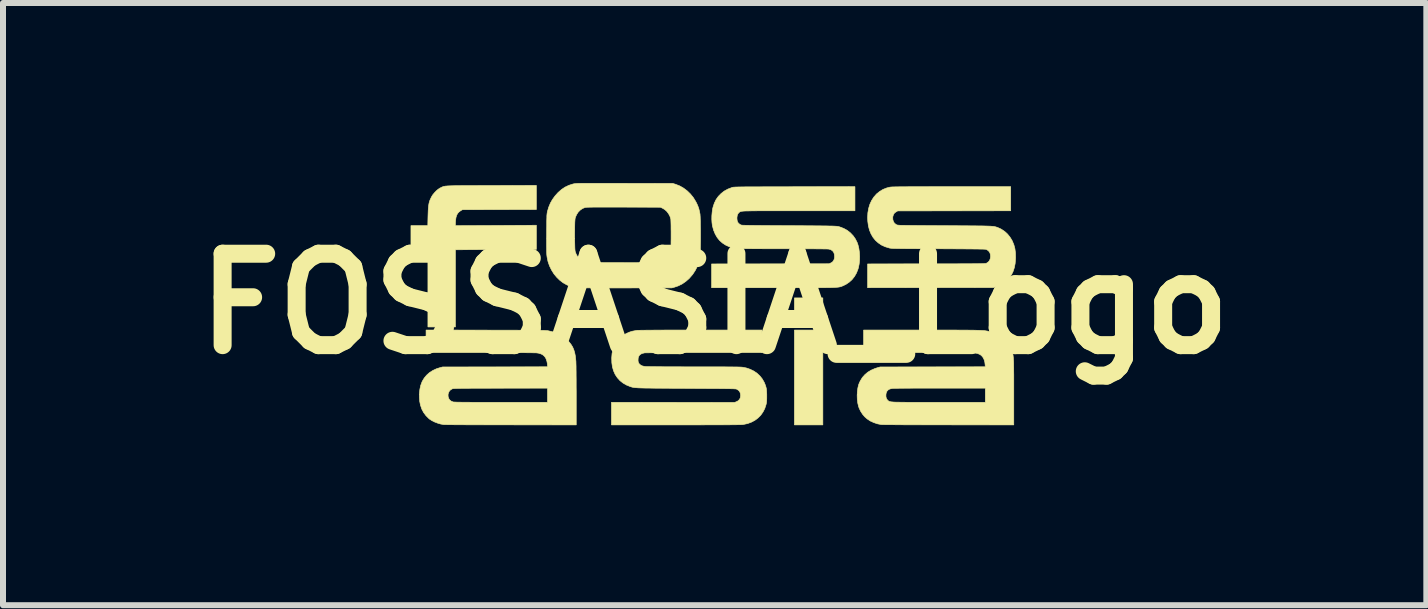
<source format=kicad_pcb>
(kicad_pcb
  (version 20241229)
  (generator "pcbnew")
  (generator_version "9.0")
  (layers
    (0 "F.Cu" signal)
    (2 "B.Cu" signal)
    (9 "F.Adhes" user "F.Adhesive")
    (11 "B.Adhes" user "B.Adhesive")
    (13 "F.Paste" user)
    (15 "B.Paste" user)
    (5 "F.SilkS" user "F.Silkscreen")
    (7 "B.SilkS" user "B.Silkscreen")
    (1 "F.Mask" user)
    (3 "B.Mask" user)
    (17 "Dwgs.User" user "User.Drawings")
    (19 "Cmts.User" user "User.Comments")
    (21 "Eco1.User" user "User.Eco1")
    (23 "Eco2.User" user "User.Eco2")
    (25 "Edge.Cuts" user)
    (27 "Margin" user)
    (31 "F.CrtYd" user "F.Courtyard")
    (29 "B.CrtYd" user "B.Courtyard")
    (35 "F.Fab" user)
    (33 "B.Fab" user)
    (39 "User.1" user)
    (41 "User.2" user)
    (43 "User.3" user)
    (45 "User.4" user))
  (footprint "FOSSASIA_Logo"
    (layer "F.Cu")
    (at 8.861 2.013)
    (property "Reference" "FOSSASIA_Logo" (at 0 0 0) (layer "F.SilkS") (effects (font (size 1.524 1.524) (thickness 0.3))))
    (attr through_hole)
    (fp_poly (pts (xy 1.803 0.283) (xy 1.329 0.283) (xy 1.329 -0.098) (xy 1.803 -0.098) (xy 1.803 0.283)) (stroke (width 0.01) (type solid)) (fill yes) (layer "F.SilkS"))
    (fp_poly (pts (xy 1.803 2.019) (xy 1.329 2.019) (xy 1.329 0.438) (xy 1.803 0.438) (xy 1.803 2.019)) (stroke (width 0.01) (type solid)) (fill yes) (layer "F.SilkS"))
    (fp_poly (pts (xy -2.972 -1.571) (xy -3.588 -1.57) (xy -4.205 -1.568) (xy -4.235 -1.55) (xy -4.263 -1.529) (xy -4.285 -1.504) (xy -4.301 -1.473) (xy -4.312 -1.435) (xy -4.318 -1.389) (xy -4.32 -1.365) (xy -4.322 -1.302) (xy -3.647 -1.305) (xy -2.972 -1.309) (xy -2.972 -0.906) (xy -3.197 -0.906) (xy -3.239 -0.906) (xy -3.289 -0.906) (xy -3.347 -0.906) (xy -3.411 -0.906) (xy -3.481 -0.905) (xy -3.554 -0.905) (xy -3.629 -0.905) (xy -3.705 -0.904) (xy -3.781 -0.904) (xy -3.856 -0.903) (xy -3.872 -0.903) (xy -4.321 -0.9) (xy -4.321 0.386) (xy -4.779 0.386) (xy -4.779 -0.901) (xy -5.062 -0.901) (xy -5.062 -1.303) (xy -4.781 -1.303) (xy -4.778 -1.448) (xy -4.776 -1.507) (xy -4.774 -1.557) (xy -4.771 -1.6) (xy -4.767 -1.637) (xy -4.762 -1.669) (xy -4.755 -1.697) (xy -4.746 -1.725) (xy -4.734 -1.751) (xy -4.721 -1.779) (xy -4.721 -1.779) (xy -4.7 -1.814) (xy -4.672 -1.848) (xy -4.641 -1.881) (xy -4.608 -1.909) (xy -4.576 -1.93) (xy -4.568 -1.933) (xy -4.558 -1.938) (xy -4.549 -1.943) (xy -4.541 -1.947) (xy -4.532 -1.95) (xy -4.524 -1.953) (xy -4.514 -1.956) (xy -4.502 -1.958) (xy -4.489 -1.961) (xy -4.472 -1.962) (xy -4.453 -1.964) (xy -4.43 -1.965) (xy -4.403 -1.966) (xy -4.371 -1.967) (xy -4.334 -1.968) (xy -4.291 -1.969) (xy -4.242 -1.969) (xy -4.186 -1.97) (xy -4.123 -1.97) (xy -4.052 -1.97) (xy -3.972 -1.97) (xy -3.884 -1.971) (xy -3.786 -1.971) (xy -3.714 -1.971) (xy -2.972 -1.973) (xy -2.972 -1.571)) (stroke (width 0.01) (type solid)) (fill yes) (layer "F.SilkS"))
    (fp_poly (pts (xy -3.815 0.439) (xy -3.694 0.44) (xy -3.584 0.44) (xy -3.482 0.44) (xy -3.39 0.44) (xy -3.306 0.44) (xy -3.231 0.441) (xy -3.163 0.441) (xy -3.102 0.441) (xy -3.049 0.442) (xy -3.001 0.442) (xy -2.96 0.442) (xy -2.924 0.443) (xy -2.893 0.443) (xy -2.867 0.444) (xy -2.845 0.444) (xy -2.827 0.445) (xy -2.812 0.446) (xy -2.8 0.447) (xy -2.791 0.447) (xy -2.783 0.448) (xy -2.778 0.449) (xy -2.709 0.465) (xy -2.648 0.484) (xy -2.593 0.507) (xy -2.544 0.535) (xy -2.498 0.569) (xy -2.461 0.601) (xy -2.423 0.64) (xy -2.392 0.68) (xy -2.367 0.721) (xy -2.348 0.765) (xy -2.333 0.815) (xy -2.322 0.87) (xy -2.315 0.934) (xy -2.312 0.966) (xy -2.312 0.983) (xy -2.311 1.01) (xy -2.31 1.045) (xy -2.31 1.088) (xy -2.309 1.137) (xy -2.309 1.193) (xy -2.308 1.254) (xy -2.308 1.318) (xy -2.308 1.386) (xy -2.307 1.457) (xy -2.307 1.529) (xy -2.307 1.533) (xy -2.307 2.019) (xy -3.395 2.018) (xy -3.501 2.018) (xy -3.604 2.018) (xy -3.704 2.018) (xy -3.801 2.018) (xy -3.893 2.017) (xy -3.981 2.017) (xy -4.065 2.017) (xy -4.142 2.017) (xy -4.214 2.016) (xy -4.28 2.016) (xy -4.338 2.016) (xy -4.389 2.015) (xy -4.432 2.015) (xy -4.467 2.014) (xy -4.493 2.014) (xy -4.509 2.014) (xy -4.516 2.013) (xy -4.567 2.004) (xy -4.618 1.989) (xy -4.668 1.97) (xy -4.713 1.947) (xy -4.752 1.922) (xy -4.764 1.912) (xy -4.811 1.865) (xy -4.851 1.812) (xy -4.881 1.755) (xy -4.902 1.693) (xy -4.903 1.692) (xy -4.916 1.626) (xy -4.921 1.558) (xy -4.921 1.516) (xy -4.444 1.516) (xy -4.442 1.548) (xy -4.432 1.579) (xy -4.416 1.603) (xy -4.394 1.621) (xy -4.364 1.634) (xy -4.357 1.636) (xy -4.352 1.637) (xy -4.341 1.638) (xy -4.326 1.638) (xy -4.305 1.639) (xy -4.279 1.64) (xy -4.246 1.64) (xy -4.207 1.641) (xy -4.161 1.641) (xy -4.107 1.641) (xy -4.046 1.642) (xy -3.977 1.642) (xy -3.899 1.642) (xy -3.812 1.642) (xy -3.716 1.642) (xy -3.61 1.642) (xy -3.56 1.643) (xy -2.786 1.643) (xy -2.786 1.406) (xy -3.568 1.407) (xy -3.673 1.407) (xy -3.768 1.408) (xy -3.854 1.408) (xy -3.931 1.408) (xy -4 1.408) (xy -4.061 1.408) (xy -4.115 1.409) (xy -4.161 1.409) (xy -4.202 1.409) (xy -4.237 1.41) (xy -4.266 1.41) (xy -4.291 1.411) (xy -4.311 1.411) (xy -4.327 1.412) (xy -4.34 1.413) (xy -4.35 1.413) (xy -4.358 1.414) (xy -4.364 1.415) (xy -4.369 1.416) (xy -4.373 1.418) (xy -4.373 1.418) (xy -4.402 1.434) (xy -4.423 1.457) (xy -4.437 1.485) (xy -4.444 1.516) (xy -4.921 1.516) (xy -4.921 1.49) (xy -4.913 1.423) (xy -4.899 1.36) (xy -4.878 1.303) (xy -4.872 1.29) (xy -4.84 1.237) (xy -4.8 1.189) (xy -4.753 1.147) (xy -4.698 1.112) (xy -4.636 1.083) (xy -4.586 1.067) (xy -4.535 1.053) (xy -3.66 1.052) (xy -2.786 1.05) (xy -2.786 1.031) (xy -2.789 0.994) (xy -2.797 0.955) (xy -2.809 0.921) (xy -2.812 0.913) (xy -2.832 0.881) (xy -2.858 0.856) (xy -2.891 0.837) (xy -2.931 0.824) (xy -2.964 0.819) (xy -2.976 0.818) (xy -2.998 0.818) (xy -3.03 0.817) (xy -3.072 0.816) (xy -3.124 0.816) (xy -3.185 0.815) (xy -3.256 0.815) (xy -3.337 0.815) (xy -3.426 0.814) (xy -3.525 0.814) (xy -3.633 0.814) (xy -3.75 0.814) (xy -3.875 0.814) (xy -3.91 0.814) (xy -4.81 0.814) (xy -4.81 0.437) (xy -3.815 0.439)) (stroke (width 0.01) (type solid)) (fill yes) (layer "F.SilkS"))
    (fp_poly (pts (xy 3.439 0.438) (xy 3.56 0.438) (xy 3.672 0.438) (xy 3.774 0.438) (xy 3.867 0.438) (xy 3.952 0.438) (xy 4.029 0.438) (xy 4.098 0.439) (xy 4.16 0.439) (xy 4.215 0.439) (xy 4.265 0.44) (xy 4.308 0.44) (xy 4.347 0.441) (xy 4.38 0.442) (xy 4.41 0.443) (xy 4.435 0.444) (xy 4.457 0.445) (xy 4.476 0.446) (xy 4.493 0.447) (xy 4.507 0.449) (xy 4.52 0.451) (xy 4.532 0.453) (xy 4.544 0.455) (xy 4.552 0.456) (xy 4.624 0.475) (xy 4.691 0.502) (xy 4.753 0.536) (xy 4.808 0.576) (xy 4.857 0.622) (xy 4.899 0.673) (xy 4.932 0.729) (xy 4.957 0.789) (xy 4.964 0.816) (xy 4.968 0.83) (xy 4.971 0.844) (xy 4.973 0.858) (xy 4.975 0.874) (xy 4.977 0.891) (xy 4.979 0.911) (xy 4.98 0.935) (xy 4.982 0.962) (xy 4.983 0.994) (xy 4.983 1.031) (xy 4.984 1.074) (xy 4.984 1.123) (xy 4.985 1.179) (xy 4.985 1.243) (xy 4.985 1.315) (xy 4.985 1.397) (xy 4.985 1.488) (xy 4.985 2.019) (xy 3.9 2.018) (xy 3.794 2.018) (xy 3.691 2.018) (xy 3.591 2.018) (xy 3.495 2.018) (xy 3.402 2.017) (xy 3.314 2.017) (xy 3.23 2.017) (xy 3.152 2.017) (xy 3.08 2.016) (xy 3.015 2.016) (xy 2.956 2.015) (xy 2.905 2.015) (xy 2.862 2.015) (xy 2.827 2.014) (xy 2.801 2.014) (xy 2.785 2.013) (xy 2.778 2.013) (xy 2.715 2.001) (xy 2.652 1.98) (xy 2.593 1.953) (xy 2.542 1.919) (xy 2.502 1.884) (xy 2.465 1.841) (xy 2.434 1.793) (xy 2.409 1.742) (xy 2.398 1.71) (xy 2.385 1.655) (xy 2.377 1.593) (xy 2.375 1.529) (xy 2.376 1.516) (xy 2.854 1.516) (xy 2.855 1.552) (xy 2.864 1.582) (xy 2.881 1.605) (xy 2.89 1.614) (xy 2.895 1.617) (xy 2.899 1.621) (xy 2.904 1.624) (xy 2.909 1.627) (xy 2.916 1.629) (xy 2.924 1.631) (xy 2.934 1.633) (xy 2.946 1.635) (xy 2.962 1.636) (xy 2.982 1.638) (xy 3.005 1.639) (xy 3.033 1.64) (xy 3.066 1.64) (xy 3.105 1.641) (xy 3.15 1.641) (xy 3.201 1.642) (xy 3.259 1.642) (xy 3.325 1.642) (xy 3.399 1.642) (xy 3.482 1.642) (xy 3.573 1.642) (xy 3.674 1.642) (xy 3.738 1.643) (xy 4.511 1.643) (xy 4.511 1.406) (xy 3.748 1.406) (xy 3.629 1.406) (xy 3.521 1.406) (xy 3.423 1.406) (xy 3.335 1.406) (xy 3.256 1.407) (xy 3.187 1.407) (xy 3.127 1.408) (xy 3.076 1.408) (xy 3.034 1.409) (xy 3.001 1.409) (xy 2.976 1.41) (xy 2.96 1.411) (xy 2.953 1.412) (xy 2.917 1.421) (xy 2.89 1.437) (xy 2.871 1.458) (xy 2.859 1.486) (xy 2.854 1.516) (xy 2.376 1.516) (xy 2.378 1.465) (xy 2.386 1.405) (xy 2.398 1.354) (xy 2.404 1.337) (xy 2.413 1.314) (xy 2.425 1.29) (xy 2.43 1.28) (xy 2.462 1.228) (xy 2.503 1.182) (xy 2.551 1.141) (xy 2.607 1.107) (xy 2.669 1.08) (xy 2.714 1.065) (xy 2.758 1.053) (xy 4.51 1.05) (xy 4.508 1.018) (xy 4.502 0.97) (xy 4.49 0.929) (xy 4.473 0.895) (xy 4.45 0.867) (xy 4.449 0.865) (xy 4.421 0.845) (xy 4.385 0.83) (xy 4.341 0.82) (xy 4.326 0.819) (xy 4.316 0.818) (xy 4.297 0.818) (xy 4.268 0.817) (xy 4.231 0.817) (xy 4.185 0.816) (xy 4.132 0.816) (xy 4.072 0.815) (xy 4.006 0.815) (xy 3.934 0.815) (xy 3.856 0.815) (xy 3.774 0.814) (xy 3.687 0.814) (xy 3.597 0.814) (xy 3.504 0.814) (xy 3.408 0.814) (xy 3.382 0.814) (xy 2.482 0.814) (xy 2.482 0.438) (xy 3.439 0.438)) (stroke (width 0.01) (type solid)) (fill yes) (layer "F.SilkS"))
    (fp_poly (pts (xy 4.934 -1.55) (xy 3.051 -1.548) (xy 3.024 -1.532) (xy 2.998 -1.514) (xy 2.981 -1.489) (xy 2.971 -1.459) (xy 2.968 -1.444) (xy 2.969 -1.406) (xy 2.978 -1.373) (xy 2.995 -1.345) (xy 3.02 -1.324) (xy 3.036 -1.315) (xy 3.039 -1.314) (xy 3.043 -1.313) (xy 3.049 -1.312) (xy 3.057 -1.311) (xy 3.067 -1.31) (xy 3.08 -1.309) (xy 3.097 -1.308) (xy 3.117 -1.308) (xy 3.142 -1.307) (xy 3.172 -1.307) (xy 3.208 -1.306) (xy 3.249 -1.306) (xy 3.297 -1.305) (xy 3.352 -1.305) (xy 3.414 -1.304) (xy 3.484 -1.304) (xy 3.563 -1.303) (xy 3.65 -1.303) (xy 3.747 -1.302) (xy 3.826 -1.302) (xy 3.934 -1.301) (xy 4.031 -1.301) (xy 4.12 -1.3) (xy 4.199 -1.3) (xy 4.27 -1.299) (xy 4.334 -1.299) (xy 4.39 -1.298) (xy 4.44 -1.298) (xy 4.483 -1.297) (xy 4.521 -1.296) (xy 4.553 -1.295) (xy 4.581 -1.294) (xy 4.605 -1.293) (xy 4.625 -1.291) (xy 4.642 -1.29) (xy 4.657 -1.288) (xy 4.669 -1.285) (xy 4.68 -1.283) (xy 4.69 -1.28) (xy 4.699 -1.277) (xy 4.709 -1.274) (xy 4.718 -1.27) (xy 4.722 -1.269) (xy 4.779 -1.242) (xy 4.833 -1.206) (xy 4.881 -1.162) (xy 4.922 -1.111) (xy 4.957 -1.054) (xy 4.962 -1.043) (xy 4.987 -0.983) (xy 5.004 -0.919) (xy 5.013 -0.85) (xy 5.015 -0.776) (xy 5.014 -0.747) (xy 5.008 -0.67) (xy 4.994 -0.6) (xy 4.973 -0.537) (xy 4.945 -0.48) (xy 4.91 -0.43) (xy 4.885 -0.401) (xy 4.84 -0.36) (xy 4.792 -0.327) (xy 4.739 -0.301) (xy 4.693 -0.285) (xy 4.648 -0.27) (xy 2.549 -0.268) (xy 2.549 -0.664) (xy 3.529 -0.666) (xy 3.647 -0.666) (xy 3.755 -0.666) (xy 3.854 -0.666) (xy 3.944 -0.666) (xy 4.025 -0.666) (xy 4.099 -0.667) (xy 4.164 -0.667) (xy 4.222 -0.667) (xy 4.274 -0.667) (xy 4.319 -0.668) (xy 4.359 -0.668) (xy 4.392 -0.668) (xy 4.421 -0.669) (xy 4.446 -0.669) (xy 4.466 -0.67) (xy 4.482 -0.67) (xy 4.495 -0.671) (xy 4.506 -0.672) (xy 4.514 -0.672) (xy 4.52 -0.673) (xy 4.524 -0.674) (xy 4.528 -0.675) (xy 4.531 -0.677) (xy 4.558 -0.694) (xy 4.579 -0.718) (xy 4.592 -0.748) (xy 4.598 -0.781) (xy 4.596 -0.818) (xy 4.591 -0.838) (xy 4.579 -0.864) (xy 4.559 -0.886) (xy 4.533 -0.903) (xy 4.522 -0.908) (xy 4.517 -0.908) (xy 4.507 -0.909) (xy 4.491 -0.91) (xy 4.469 -0.911) (xy 4.442 -0.911) (xy 4.407 -0.912) (xy 4.366 -0.913) (xy 4.317 -0.913) (xy 4.261 -0.914) (xy 4.197 -0.914) (xy 4.124 -0.915) (xy 4.043 -0.915) (xy 3.952 -0.916) (xy 3.852 -0.916) (xy 3.742 -0.917) (xy 3.729 -0.917) (xy 3.624 -0.917) (xy 3.529 -0.918) (xy 3.444 -0.918) (xy 3.367 -0.918) (xy 3.299 -0.919) (xy 3.238 -0.919) (xy 3.185 -0.919) (xy 3.138 -0.92) (xy 3.097 -0.92) (xy 3.063 -0.921) (xy 3.033 -0.921) (xy 3.008 -0.922) (xy 2.987 -0.922) (xy 2.969 -0.923) (xy 2.955 -0.924) (xy 2.943 -0.925) (xy 2.934 -0.926) (xy 2.926 -0.927) (xy 2.919 -0.928) (xy 2.912 -0.929) (xy 2.907 -0.931) (xy 2.841 -0.951) (xy 2.78 -0.979) (xy 2.727 -1.015) (xy 2.679 -1.058) (xy 2.639 -1.108) (xy 2.606 -1.165) (xy 2.58 -1.228) (xy 2.562 -1.298) (xy 2.552 -1.373) (xy 2.549 -1.434) (xy 2.553 -1.515) (xy 2.566 -1.59) (xy 2.587 -1.659) (xy 2.616 -1.722) (xy 2.653 -1.779) (xy 2.698 -1.83) (xy 2.7 -1.832) (xy 2.751 -1.873) (xy 2.806 -1.906) (xy 2.866 -1.93) (xy 2.925 -1.945) (xy 2.932 -1.945) (xy 2.941 -1.946) (xy 2.954 -1.947) (xy 2.971 -1.948) (xy 2.993 -1.948) (xy 3.019 -1.949) (xy 3.05 -1.949) (xy 3.087 -1.95) (xy 3.129 -1.95) (xy 3.178 -1.95) (xy 3.234 -1.951) (xy 3.297 -1.951) (xy 3.367 -1.951) (xy 3.446 -1.951) (xy 3.532 -1.951) (xy 3.628 -1.952) (xy 3.733 -1.952) (xy 3.847 -1.952) (xy 3.949 -1.952) (xy 4.934 -1.952) (xy 4.934 -1.55)) (stroke (width 0.01) (type solid)) (fill yes) (layer "F.SilkS"))
    (fp_poly (pts (xy 0.788 0.814) (xy -0.176 0.814) (xy -0.295 0.814) (xy -0.408 0.814) (xy -0.514 0.814) (xy -0.613 0.814) (xy -0.705 0.814) (xy -0.79 0.815) (xy -0.867 0.815) (xy -0.936 0.815) (xy -0.997 0.816) (xy -1.05 0.816) (xy -1.093 0.817) (xy -1.127 0.817) (xy -1.152 0.818) (xy -1.167 0.818) (xy -1.171 0.819) (xy -1.209 0.828) (xy -1.238 0.843) (xy -1.259 0.864) (xy -1.272 0.891) (xy -1.276 0.917) (xy -1.277 0.948) (xy -1.273 0.972) (xy -1.264 0.991) (xy -1.256 1.002) (xy -1.235 1.021) (xy -1.21 1.034) (xy -1.179 1.042) (xy -1.157 1.046) (xy -1.147 1.046) (xy -1.126 1.047) (xy -1.097 1.047) (xy -1.058 1.048) (xy -1.012 1.048) (xy -0.957 1.049) (xy -0.895 1.049) (xy -0.827 1.05) (xy -0.752 1.05) (xy -0.672 1.05) (xy -0.586 1.05) (xy -0.495 1.051) (xy -0.4 1.051) (xy -0.353 1.051) (xy -0.233 1.051) (xy -0.123 1.051) (xy -0.023 1.051) (xy 0.067 1.051) (xy 0.147 1.051) (xy 0.218 1.052) (xy 0.279 1.052) (xy 0.331 1.053) (xy 0.374 1.053) (xy 0.408 1.054) (xy 0.434 1.055) (xy 0.45 1.056) (xy 0.456 1.056) (xy 0.525 1.069) (xy 0.59 1.091) (xy 0.65 1.12) (xy 0.704 1.156) (xy 0.751 1.2) (xy 0.791 1.249) (xy 0.823 1.304) (xy 0.832 1.323) (xy 0.844 1.354) (xy 0.853 1.381) (xy 0.86 1.408) (xy 0.864 1.436) (xy 0.866 1.469) (xy 0.868 1.508) (xy 0.868 1.537) (xy 0.868 1.574) (xy 0.867 1.602) (xy 0.866 1.624) (xy 0.864 1.643) (xy 0.861 1.66) (xy 0.857 1.678) (xy 0.856 1.681) (xy 0.835 1.746) (xy 0.805 1.804) (xy 0.768 1.857) (xy 0.723 1.902) (xy 0.672 1.941) (xy 0.614 1.972) (xy 0.55 1.996) (xy 0.48 2.011) (xy 0.458 2.014) (xy 0.448 2.014) (xy 0.427 2.015) (xy 0.397 2.015) (xy 0.358 2.016) (xy 0.309 2.016) (xy 0.251 2.017) (xy 0.184 2.017) (xy 0.11 2.018) (xy 0.027 2.018) (xy -0.064 2.018) (xy -0.162 2.018) (xy -0.268 2.019) (xy -0.38 2.019) (xy -0.499 2.019) (xy -0.625 2.019) (xy -0.653 2.019) (xy -1.72 2.019) (xy -1.72 1.642) (xy -0.694 1.643) (xy 0.332 1.644) (xy 0.361 1.633) (xy 0.391 1.617) (xy 0.413 1.595) (xy 0.427 1.568) (xy 0.432 1.534) (xy 0.432 1.526) (xy 0.428 1.492) (xy 0.416 1.463) (xy 0.396 1.441) (xy 0.366 1.423) (xy 0.366 1.422) (xy 0.363 1.421) (xy 0.358 1.42) (xy 0.351 1.419) (xy 0.342 1.419) (xy 0.33 1.418) (xy 0.315 1.417) (xy 0.295 1.416) (xy 0.272 1.416) (xy 0.243 1.415) (xy 0.209 1.415) (xy 0.17 1.414) (xy 0.124 1.414) (xy 0.071 1.413) (xy 0.011 1.413) (xy -0.057 1.412) (xy -0.133 1.412) (xy -0.217 1.411) (xy -0.311 1.411) (xy -0.414 1.41) (xy -0.461 1.41) (xy -0.572 1.409) (xy -0.673 1.409) (xy -0.764 1.408) (xy -0.847 1.408) (xy -0.921 1.407) (xy -0.988 1.407) (xy -1.048 1.406) (xy -1.1 1.405) (xy -1.146 1.405) (xy -1.187 1.404) (xy -1.222 1.403) (xy -1.253 1.402) (xy -1.279 1.401) (xy -1.301 1.399) (xy -1.32 1.398) (xy -1.336 1.396) (xy -1.35 1.394) (xy -1.362 1.392) (xy -1.373 1.39) (xy -1.383 1.387) (xy -1.393 1.384) (xy -1.403 1.381) (xy -1.406 1.38) (xy -1.471 1.354) (xy -1.529 1.32) (xy -1.579 1.28) (xy -1.622 1.232) (xy -1.658 1.178) (xy -1.685 1.118) (xy -1.704 1.053) (xy -1.714 0.982) (xy -1.714 0.98) (xy -1.716 0.902) (xy -1.71 0.828) (xy -1.695 0.76) (xy -1.671 0.698) (xy -1.639 0.641) (xy -1.6 0.59) (xy -1.551 0.546) (xy -1.495 0.508) (xy -1.465 0.492) (xy -1.419 0.472) (xy -1.371 0.457) (xy -1.317 0.447) (xy -1.291 0.443) (xy -1.279 0.442) (xy -1.257 0.442) (xy -1.226 0.441) (xy -1.185 0.441) (xy -1.134 0.44) (xy -1.074 0.44) (xy -1.003 0.439) (xy -0.923 0.439) (xy -0.833 0.438) (xy -0.732 0.438) (xy -0.622 0.438) (xy -0.501 0.438) (xy -0.37 0.438) (xy -0.229 0.438) (xy 0.788 0.438) (xy 0.788 0.814)) (stroke (width 0.01) (type solid)) (fill yes) (layer "F.SilkS"))
    (fp_poly (pts (xy 2.338 -1.55) (xy 1.407 -1.55) (xy 1.29 -1.55) (xy 1.183 -1.55) (xy 1.085 -1.55) (xy 0.996 -1.55) (xy 0.915 -1.55) (xy 0.843 -1.55) (xy 0.778 -1.55) (xy 0.721 -1.55) (xy 0.67 -1.549) (xy 0.625 -1.549) (xy 0.587 -1.548) (xy 0.553 -1.547) (xy 0.525 -1.547) (xy 0.501 -1.546) (xy 0.481 -1.545) (xy 0.465 -1.543) (xy 0.452 -1.542) (xy 0.441 -1.54) (xy 0.433 -1.538) (xy 0.427 -1.536) (xy 0.422 -1.533) (xy 0.418 -1.531) (xy 0.414 -1.528) (xy 0.411 -1.524) (xy 0.406 -1.521) (xy 0.406 -1.521) (xy 0.388 -1.5) (xy 0.377 -1.475) (xy 0.372 -1.443) (xy 0.371 -1.427) (xy 0.374 -1.391) (xy 0.383 -1.362) (xy 0.399 -1.34) (xy 0.423 -1.322) (xy 0.438 -1.314) (xy 0.441 -1.313) (xy 0.446 -1.312) (xy 0.453 -1.311) (xy 0.463 -1.31) (xy 0.476 -1.309) (xy 0.493 -1.309) (xy 0.514 -1.308) (xy 0.539 -1.307) (xy 0.57 -1.307) (xy 0.606 -1.306) (xy 0.649 -1.306) (xy 0.699 -1.305) (xy 0.755 -1.305) (xy 0.82 -1.304) (xy 0.893 -1.304) (xy 0.974 -1.303) (xy 1.065 -1.303) (xy 1.161 -1.302) (xy 1.272 -1.302) (xy 1.373 -1.301) (xy 1.464 -1.301) (xy 1.547 -1.3) (xy 1.622 -1.3) (xy 1.688 -1.299) (xy 1.747 -1.299) (xy 1.799 -1.298) (xy 1.845 -1.298) (xy 1.885 -1.297) (xy 1.92 -1.296) (xy 1.949 -1.296) (xy 1.975 -1.295) (xy 1.996 -1.294) (xy 2.014 -1.293) (xy 2.029 -1.292) (xy 2.041 -1.291) (xy 2.051 -1.289) (xy 2.06 -1.288) (xy 2.068 -1.286) (xy 2.075 -1.284) (xy 2.082 -1.282) (xy 2.088 -1.28) (xy 2.151 -1.256) (xy 2.209 -1.224) (xy 2.261 -1.183) (xy 2.307 -1.135) (xy 2.345 -1.081) (xy 2.375 -1.021) (xy 2.389 -0.981) (xy 2.403 -0.923) (xy 2.412 -0.859) (xy 2.416 -0.793) (xy 2.415 -0.726) (xy 2.408 -0.661) (xy 2.396 -0.602) (xy 2.389 -0.578) (xy 2.364 -0.514) (xy 2.331 -0.456) (xy 2.29 -0.404) (xy 2.243 -0.361) (xy 2.19 -0.325) (xy 2.137 -0.299) (xy 2.128 -0.296) (xy 2.12 -0.292) (xy 2.112 -0.289) (xy 2.104 -0.287) (xy 2.096 -0.284) (xy 2.087 -0.282) (xy 2.076 -0.28) (xy 2.064 -0.278) (xy 2.049 -0.276) (xy 2.032 -0.275) (xy 2.012 -0.273) (xy 1.988 -0.272) (xy 1.96 -0.271) (xy 1.928 -0.27) (xy 1.891 -0.27) (xy 1.849 -0.269) (xy 1.801 -0.269) (xy 1.746 -0.268) (xy 1.685 -0.268) (xy 1.618 -0.268) (xy 1.542 -0.268) (xy 1.459 -0.268) (xy 1.367 -0.268) (xy 1.267 -0.268) (xy 1.157 -0.268) (xy 1.038 -0.268) (xy 0.981 -0.268) (xy -0.051 -0.268) (xy -0.051 -0.664) (xy 1.909 -0.667) (xy 1.939 -0.682) (xy 1.958 -0.693) (xy 1.97 -0.704) (xy 1.98 -0.719) (xy 1.984 -0.725) (xy 1.992 -0.743) (xy 1.996 -0.759) (xy 1.998 -0.779) (xy 1.998 -0.791) (xy 1.994 -0.829) (xy 1.983 -0.859) (xy 1.964 -0.883) (xy 1.937 -0.901) (xy 1.905 -0.911) (xy 1.896 -0.912) (xy 1.877 -0.913) (xy 1.85 -0.914) (xy 1.812 -0.914) (xy 1.765 -0.915) (xy 1.709 -0.915) (xy 1.642 -0.916) (xy 1.566 -0.916) (xy 1.48 -0.916) (xy 1.384 -0.917) (xy 1.277 -0.917) (xy 1.162 -0.917) (xy 1.075 -0.917) (xy 0.991 -0.917) (xy 0.909 -0.917) (xy 0.83 -0.917) (xy 0.756 -0.918) (xy 0.687 -0.918) (xy 0.623 -0.918) (xy 0.565 -0.919) (xy 0.514 -0.919) (xy 0.47 -0.92) (xy 0.434 -0.92) (xy 0.407 -0.921) (xy 0.389 -0.921) (xy 0.384 -0.922) (xy 0.311 -0.932) (xy 0.245 -0.95) (xy 0.185 -0.977) (xy 0.131 -1.012) (xy 0.083 -1.054) (xy 0.042 -1.105) (xy 0.009 -1.162) (xy -0.018 -1.227) (xy -0.037 -1.298) (xy -0.039 -1.308) (xy -0.045 -1.356) (xy -0.048 -1.41) (xy -0.047 -1.467) (xy -0.042 -1.524) (xy -0.035 -1.578) (xy -0.027 -1.612) (xy -0.006 -1.676) (xy 0.023 -1.736) (xy 0.061 -1.79) (xy 0.107 -1.837) (xy 0.159 -1.878) (xy 0.219 -1.911) (xy 0.284 -1.936) (xy 0.291 -1.938) (xy 0.295 -1.94) (xy 0.3 -1.941) (xy 0.305 -1.942) (xy 0.311 -1.943) (xy 0.319 -1.944) (xy 0.328 -1.944) (xy 0.34 -1.945) (xy 0.354 -1.946) (xy 0.372 -1.946) (xy 0.394 -1.947) (xy 0.419 -1.947) (xy 0.449 -1.948) (xy 0.484 -1.948) (xy 0.525 -1.949) (xy 0.571 -1.949) (xy 0.624 -1.949) (xy 0.683 -1.949) (xy 0.749 -1.949) (xy 0.824 -1.95) (xy 0.906 -1.95) (xy 0.997 -1.95) (xy 1.096 -1.95) (xy 1.205 -1.95) (xy 1.324 -1.951) (xy 1.333 -1.951) (xy 2.338 -1.952) (xy 2.338 -1.55)) (stroke (width 0.01) (type solid)) (fill yes) (layer "F.SilkS"))
    (fp_poly (pts (xy -1.919 -2.008) (xy -1.846 -2.008) (xy -1.765 -2.008) (xy -1.675 -2.008) (xy -1.575 -2.007) (xy -1.5 -2.007) (xy -0.698 -2.006) (xy -0.653 -1.992) (xy -0.584 -1.965) (xy -0.52 -1.929) (xy -0.46 -1.884) (xy -0.406 -1.832) (xy -0.357 -1.772) (xy -0.316 -1.705) (xy -0.301 -1.677) (xy -0.28 -1.63) (xy -0.264 -1.585) (xy -0.253 -1.539) (xy -0.244 -1.494) (xy -0.243 -1.476) (xy -0.241 -1.449) (xy -0.24 -1.414) (xy -0.238 -1.373) (xy -0.238 -1.326) (xy -0.237 -1.275) (xy -0.236 -1.222) (xy -0.236 -1.166) (xy -0.236 -1.109) (xy -0.236 -1.054) (xy -0.237 -0.999) (xy -0.238 -0.948) (xy -0.239 -0.901) (xy -0.24 -0.86) (xy -0.241 -0.825) (xy -0.243 -0.797) (xy -0.245 -0.779) (xy -0.245 -0.778) (xy -0.262 -0.699) (xy -0.287 -0.627) (xy -0.322 -0.558) (xy -0.365 -0.492) (xy -0.373 -0.482) (xy -0.425 -0.422) (xy -0.482 -0.372) (xy -0.543 -0.33) (xy -0.608 -0.298) (xy -0.67 -0.277) (xy -0.713 -0.265) (xy -1.504 -0.264) (xy -1.614 -0.264) (xy -1.714 -0.264) (xy -1.804 -0.264) (xy -1.886 -0.264) (xy -1.959 -0.264) (xy -2.024 -0.264) (xy -2.081 -0.265) (xy -2.131 -0.265) (xy -2.175 -0.265) (xy -2.212 -0.266) (xy -2.243 -0.266) (xy -2.269 -0.267) (xy -2.29 -0.267) (xy -2.307 -0.268) (xy -2.319 -0.269) (xy -2.328 -0.27) (xy -2.331 -0.27) (xy -2.4 -0.288) (xy -2.464 -0.315) (xy -2.526 -0.35) (xy -2.582 -0.393) (xy -2.634 -0.444) (xy -2.68 -0.5) (xy -2.719 -0.563) (xy -2.752 -0.63) (xy -2.777 -0.701) (xy -2.793 -0.776) (xy -2.796 -0.8) (xy -2.798 -0.816) (xy -2.799 -0.84) (xy -2.8 -0.873) (xy -2.8 -0.914) (xy -2.801 -0.964) (xy -2.801 -1.024) (xy -2.801 -1.093) (xy -2.8 -1.138) (xy -2.334 -1.138) (xy -2.334 -1.089) (xy -2.333 -1.042) (xy -2.332 -0.999) (xy -2.331 -0.959) (xy -2.33 -0.925) (xy -2.328 -0.898) (xy -2.326 -0.879) (xy -2.325 -0.873) (xy -2.309 -0.829) (xy -2.286 -0.788) (xy -2.257 -0.753) (xy -2.223 -0.723) (xy -2.186 -0.702) (xy -2.154 -0.691) (xy -2.146 -0.69) (xy -2.129 -0.689) (xy -2.103 -0.689) (xy -2.069 -0.688) (xy -2.026 -0.688) (xy -1.977 -0.687) (xy -1.922 -0.687) (xy -1.861 -0.687) (xy -1.795 -0.686) (xy -1.724 -0.686) (xy -1.65 -0.686) (xy -1.573 -0.686) (xy -1.532 -0.686) (xy -1.437 -0.685) (xy -1.352 -0.685) (xy -1.276 -0.686) (xy -1.209 -0.686) (xy -1.15 -0.686) (xy -1.099 -0.686) (xy -1.055 -0.686) (xy -1.018 -0.687) (xy -0.987 -0.687) (xy -0.962 -0.688) (xy -0.942 -0.689) (xy -0.926 -0.689) (xy -0.915 -0.69) (xy -0.907 -0.691) (xy -0.904 -0.692) (xy -0.862 -0.708) (xy -0.823 -0.734) (xy -0.79 -0.766) (xy -0.762 -0.805) (xy -0.742 -0.849) (xy -0.734 -0.876) (xy -0.732 -0.886) (xy -0.731 -0.898) (xy -0.729 -0.914) (xy -0.728 -0.935) (xy -0.727 -0.96) (xy -0.727 -0.993) (xy -0.727 -1.032) (xy -0.726 -1.08) (xy -0.726 -1.137) (xy -0.726 -1.146) (xy -0.726 -1.201) (xy -0.727 -1.252) (xy -0.727 -1.298) (xy -0.728 -1.337) (xy -0.729 -1.369) (xy -0.73 -1.393) (xy -0.731 -1.409) (xy -0.731 -1.412) (xy -0.745 -1.457) (xy -0.767 -1.499) (xy -0.795 -1.537) (xy -0.83 -1.569) (xy -0.864 -1.59) (xy -0.903 -1.609) (xy -1.519 -1.611) (xy -1.612 -1.611) (xy -1.696 -1.611) (xy -1.77 -1.611) (xy -1.836 -1.611) (xy -1.894 -1.611) (xy -1.944 -1.611) (xy -1.988 -1.611) (xy -2.025 -1.611) (xy -2.056 -1.61) (xy -2.082 -1.61) (xy -2.103 -1.609) (xy -2.12 -1.609) (xy -2.134 -1.608) (xy -2.144 -1.607) (xy -2.152 -1.606) (xy -2.159 -1.605) (xy -2.163 -1.604) (xy -2.204 -1.587) (xy -2.241 -1.561) (xy -2.274 -1.528) (xy -2.3 -1.488) (xy -2.32 -1.443) (xy -2.325 -1.424) (xy -2.327 -1.411) (xy -2.329 -1.388) (xy -2.331 -1.358) (xy -2.332 -1.321) (xy -2.333 -1.279) (xy -2.333 -1.234) (xy -2.334 -1.186) (xy -2.334 -1.138) (xy -2.8 -1.138) (xy -2.8 -1.169) (xy -2.8 -1.235) (xy -2.799 -1.291) (xy -2.799 -1.339) (xy -2.799 -1.38) (xy -2.798 -1.413) (xy -2.797 -1.44) (xy -2.797 -1.462) (xy -2.796 -1.48) (xy -2.794 -1.495) (xy -2.793 -1.507) (xy -2.791 -1.517) (xy -2.79 -1.526) (xy -2.788 -1.535) (xy -2.766 -1.61) (xy -2.738 -1.677) (xy -2.703 -1.739) (xy -2.66 -1.798) (xy -2.609 -1.855) (xy -2.608 -1.856) (xy -2.553 -1.904) (xy -2.494 -1.944) (xy -2.431 -1.974) (xy -2.366 -1.995) (xy -2.35 -1.999) (xy -2.343 -2) (xy -2.336 -2.001) (xy -2.328 -2.003) (xy -2.319 -2.003) (xy -2.308 -2.004) (xy -2.295 -2.005) (xy -2.278 -2.006) (xy -2.259 -2.006) (xy -2.235 -2.007) (xy -2.207 -2.007) (xy -2.174 -2.007) (xy -2.136 -2.008) (xy -2.092 -2.008) (xy -2.041 -2.008) (xy -1.984 -2.008) (xy -1.919 -2.008)) (stroke (width 0.01) (type solid)) (fill yes) (layer "F.SilkS")))
  (gr_rect
    (start -3 -3)
    (end 20.722 7.037)
    (stroke (width 0.1) (type default))
    (fill no)
    (layer "Edge.Cuts")))
</source>
